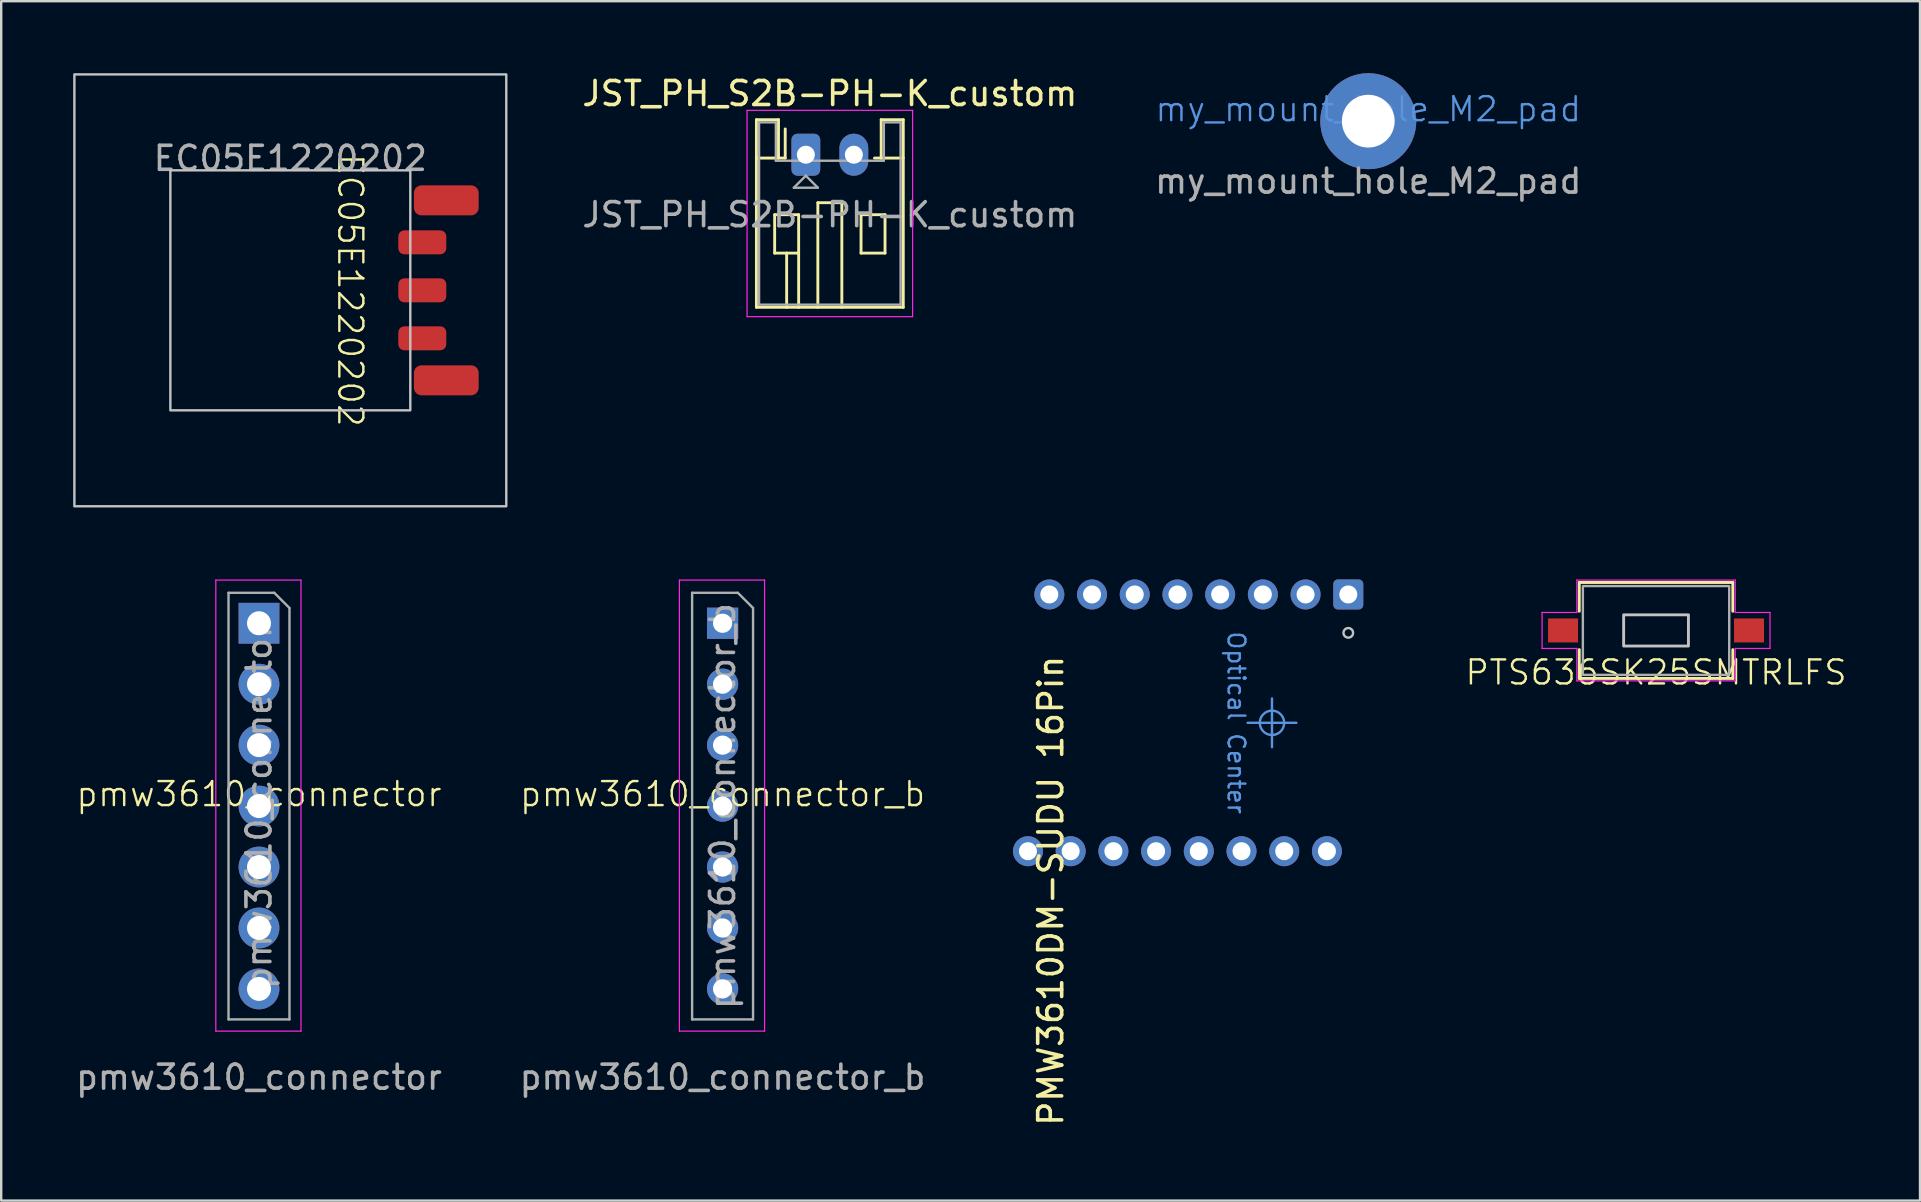
<source format=kicad_pcb>
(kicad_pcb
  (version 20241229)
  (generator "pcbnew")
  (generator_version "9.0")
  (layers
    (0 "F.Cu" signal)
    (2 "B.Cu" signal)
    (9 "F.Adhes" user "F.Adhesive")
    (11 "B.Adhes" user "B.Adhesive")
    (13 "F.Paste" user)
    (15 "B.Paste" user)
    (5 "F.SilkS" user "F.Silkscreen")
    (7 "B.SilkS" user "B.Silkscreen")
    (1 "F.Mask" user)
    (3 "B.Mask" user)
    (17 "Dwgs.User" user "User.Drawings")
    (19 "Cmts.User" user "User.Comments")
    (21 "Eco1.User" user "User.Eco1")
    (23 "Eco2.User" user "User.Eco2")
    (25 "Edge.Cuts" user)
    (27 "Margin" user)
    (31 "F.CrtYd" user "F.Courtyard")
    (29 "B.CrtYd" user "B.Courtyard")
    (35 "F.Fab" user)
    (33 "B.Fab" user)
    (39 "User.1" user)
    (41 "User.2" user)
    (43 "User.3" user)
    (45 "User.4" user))
  (footprint "JST_PH_S2B-PH-K_custom"
    (layer "F.Cu")
    (at 31.535 10.148)
    (property "Reference" "JST_PH_S2B-PH-K_custom" (at 0 -9.3 0) (layer "F.SilkS") (effects (font (size 1 1) (thickness 0.15))))
    (attr through_hole)
    (fp_line (start -3.06 -8.21) (end -3.06 -0.39) (stroke (width 0.12) (type solid)) (layer "F.SilkS"))
    (fp_line (start -3.06 -6.61) (end -2.14 -6.61) (stroke (width 0.12) (type solid)) (layer "F.SilkS"))
    (fp_line (start -3.06 -0.39) (end 3.06 -0.39) (stroke (width 0.12) (type solid)) (layer "F.SilkS"))
    (fp_line (start -2.3 -4.25) (end -2.3 -2.65) (stroke (width 0.12) (type solid)) (layer "F.SilkS"))
    (fp_line (start -2.3 -2.65) (end -1.3 -2.65) (stroke (width 0.12) (type solid)) (layer "F.SilkS"))
    (fp_line (start -2.14 -8.21) (end -3.06 -8.21) (stroke (width 0.12) (type solid)) (layer "F.SilkS"))
    (fp_line (start -2.14 -6.61) (end -2.14 -8.21) (stroke (width 0.12) (type solid)) (layer "F.SilkS"))
    (fp_line (start -1.86 -6.61) (end -2.14 -6.61) (stroke (width 0.12) (type solid)) (layer "F.SilkS"))
    (fp_line (start -1.86 -6.61) (end -1.86 -7.825) (stroke (width 0.12) (type solid)) (layer "F.SilkS"))
    (fp_line (start -1.8 -2.65) (end -1.8 -0.39) (stroke (width 0.12) (type solid)) (layer "F.SilkS"))
    (fp_line (start -1.3 -4.25) (end -2.3 -4.25) (stroke (width 0.12) (type solid)) (layer "F.SilkS"))
    (fp_line (start -1.3 -2.65) (end -1.3 -4.25) (stroke (width 0.12) (type solid)) (layer "F.SilkS"))
    (fp_line (start -1.3 -2.65) (end -1.3 -0.39) (stroke (width 0.12) (type solid)) (layer "F.SilkS"))
    (fp_line (start -0.5 -4.75) (end 0.5 -4.75) (stroke (width 0.12) (type solid)) (layer "F.SilkS"))
    (fp_line (start -0.5 -0.39) (end -0.5 -4.75) (stroke (width 0.12) (type solid)) (layer "F.SilkS"))
    (fp_line (start 0.5 -4.75) (end 0.5 -0.39) (stroke (width 0.12) (type solid)) (layer "F.SilkS"))
    (fp_line (start 1.3 -4.25) (end 2.3 -4.25) (stroke (width 0.12) (type solid)) (layer "F.SilkS"))
    (fp_line (start 1.3 -2.65) (end 1.3 -4.25) (stroke (width 0.12) (type solid)) (layer "F.SilkS"))
    (fp_line (start 2.14 -8.21) (end 2.14 -6.61) (stroke (width 0.12) (type solid)) (layer "F.SilkS"))
    (fp_line (start 2.14 -6.61) (end 1.86 -6.61) (stroke (width 0.12) (type solid)) (layer "F.SilkS"))
    (fp_line (start 2.3 -4.25) (end 2.3 -2.65) (stroke (width 0.12) (type solid)) (layer "F.SilkS"))
    (fp_line (start 2.3 -2.65) (end 1.3 -2.65) (stroke (width 0.12) (type solid)) (layer "F.SilkS"))
    (fp_line (start 3.06 -8.21) (end 2.14 -8.21) (stroke (width 0.12) (type solid)) (layer "F.SilkS"))
    (fp_line (start 3.06 -6.61) (end 2.14 -6.61) (stroke (width 0.12) (type solid)) (layer "F.SilkS"))
    (fp_line (start 3.06 -0.39) (end 3.06 -8.21) (stroke (width 0.12) (type solid)) (layer "F.SilkS"))
    (fp_line (start -3.45 -8.6) (end -3.45 0) (stroke (width 0.05) (type solid)) (layer "F.CrtYd"))
    (fp_line (start -3.45 0) (end 3.45 0) (stroke (width 0.05) (type solid)) (layer "F.CrtYd"))
    (fp_line (start 3.45 -8.6) (end -3.45 -8.6) (stroke (width 0.05) (type solid)) (layer "F.CrtYd"))
    (fp_line (start 3.45 0) (end 3.45 -8.6) (stroke (width 0.05) (type solid)) (layer "F.CrtYd"))
    (fp_line (start -2.95 -8.1) (end -2.95 -0.5) (stroke (width 0.1) (type solid)) (layer "F.Fab"))
    (fp_line (start -2.95 -0.5) (end 2.95 -0.5) (stroke (width 0.1) (type solid)) (layer "F.Fab"))
    (fp_line (start -2.25 -8.1) (end -2.95 -8.1) (stroke (width 0.1) (type solid)) (layer "F.Fab"))
    (fp_line (start -2.25 -6.5) (end -2.25 -8.1) (stroke (width 0.1) (type solid)) (layer "F.Fab"))
    (fp_line (start -1.5 -5.375) (end -0.5 -5.375) (stroke (width 0.1) (type solid)) (layer "F.Fab"))
    (fp_line (start -1 -5.875) (end -1.5 -5.375) (stroke (width 0.1) (type solid)) (layer "F.Fab"))
    (fp_line (start -0.5 -5.375) (end -1 -5.875) (stroke (width 0.1) (type solid)) (layer "F.Fab"))
    (fp_line (start 2.25 -8.1) (end 2.25 -6.5) (stroke (width 0.1) (type solid)) (layer "F.Fab"))
    (fp_line (start 2.25 -6.5) (end -2.25 -6.5) (stroke (width 0.1) (type solid)) (layer "F.Fab"))
    (fp_line (start 2.95 -8.1) (end 2.25 -8.1) (stroke (width 0.1) (type solid)) (layer "F.Fab"))
    (fp_line (start 2.95 -0.5) (end 2.95 -8.1) (stroke (width 0.1) (type solid)) (layer "F.Fab"))
    (fp_text user "${REFERENCE}" (at 0 -4.25 0) (layer "F.Fab") (effects (font (size 1 1) (thickness 0.15))))
    (pad "1" thru_hole oval (at 1 -6.75) (size 1.2 1.75) (drill 0.75) (layers "*.Cu" "*.Mask"))
    (pad "2" thru_hole roundrect (at -1 -6.75) (size 1.2 1.75) (drill 0.75) (layers "*.Cu" "*.Mask") (roundrect_rratio 0.208)))
  (footprint "pmw3610_connector"
    (layer "F.Cu")
    (at 7.744 30.545)
    (property "Reference" "pmw3610_connector" (at 0 -0.5 0) (unlocked yes) (layer "F.SilkS") (effects (font (size 1 1) (thickness 0.1))))
    (attr through_hole)
    (fp_line (start -1.8 -9.42) (end 1.75 -9.42) (stroke (width 0.05) (type solid)) (layer "F.CrtYd"))
    (fp_line (start -1.8 9.38) (end -1.8 -9.42) (stroke (width 0.05) (type solid)) (layer "F.CrtYd"))
    (fp_line (start 1.75 -9.42) (end 1.75 9.38) (stroke (width 0.05) (type solid)) (layer "F.CrtYd"))
    (fp_line (start 1.75 9.38) (end -1.8 9.38) (stroke (width 0.05) (type solid)) (layer "F.CrtYd"))
    (fp_line (start -1.27 -8.89) (end 0.635 -8.89) (stroke (width 0.1) (type solid)) (layer "F.Fab"))
    (fp_line (start -1.27 8.89) (end -1.27 -8.89) (stroke (width 0.1) (type solid)) (layer "F.Fab"))
    (fp_line (start 0.635 -8.89) (end 1.27 -8.255) (stroke (width 0.1) (type solid)) (layer "F.Fab"))
    (fp_line (start 1.27 -8.255) (end 1.27 8.89) (stroke (width 0.1) (type solid)) (layer "F.Fab"))
    (fp_line (start 1.27 8.89) (end -1.27 8.89) (stroke (width 0.1) (type solid)) (layer "F.Fab"))
    (fp_text user "${REFERENCE}" (at 0 11.3 0) (unlocked yes) (layer "F.Fab") (effects (font (size 1 1) (thickness 0.15))))
    (fp_text user "${REFERENCE}" (at 0 0 90) (layer "F.Fab") (effects (font (size 1 1) (thickness 0.15))))
    (pad "1" thru_hole rect (at 0 -7.62) (size 1.7 1.7) (drill 1) (layers "*.Cu" "*.Mask"))
    (pad "2" thru_hole oval (at 0 -5.08) (size 1.7 1.7) (drill 1) (layers "*.Cu" "*.Mask"))
    (pad "3" thru_hole oval (at 0 -2.54) (size 1.7 1.7) (drill 1) (layers "*.Cu" "*.Mask"))
    (pad "4" thru_hole oval (at 0 0) (size 1.7 1.7) (drill 1) (layers "*.Cu" "*.Mask"))
    (pad "5" thru_hole oval (at 0 2.54) (size 1.7 1.7) (drill 1) (layers "*.Cu" "*.Mask"))
    (pad "6" thru_hole oval (at 0 5.08) (size 1.7 1.7) (drill 1) (layers "*.Cu" "*.Mask"))
    (pad "7" thru_hole oval (at 0 7.62) (size 1.7 1.7) (drill 1) (layers "*.Cu" "*.Mask")))
  (footprint "my_mount_hole_M2_pad"
    (layer "F.Cu")
    (at 53.975 2)
    (property "Reference" "my_mount_hole_M2_pad" (at 0 -0.5 0) (unlocked yes) (layer "Cmts.User") (effects (font (size 1 1) (thickness 0.1))))
    (attr smd)
    (fp_text user "${REFERENCE}" (at 0 2.5 0) (unlocked yes) (layer "F.Fab") (effects (font (size 1 1) (thickness 0.15))))
    (pad "1" thru_hole circle (at 0 0) (size 4 4) (drill 2.2) (layers "*.Cu" "*.Mask")))
  (footprint "pmw3610_connector_b"
    (layer "F.Cu")
    (at 27.065 30.545)
    (property "Reference" "pmw3610_connector_b" (at 0 -0.5 0) (unlocked yes) (layer "F.SilkS") (effects (font (size 1 1) (thickness 0.1))))
    (attr through_hole)
    (fp_line (start -1.8 -9.42) (end 1.75 -9.42) (stroke (width 0.05) (type solid)) (layer "F.CrtYd"))
    (fp_line (start -1.8 9.38) (end -1.8 -9.42) (stroke (width 0.05) (type solid)) (layer "F.CrtYd"))
    (fp_line (start 1.75 -9.42) (end 1.75 9.38) (stroke (width 0.05) (type solid)) (layer "F.CrtYd"))
    (fp_line (start 1.75 9.38) (end -1.8 9.38) (stroke (width 0.05) (type solid)) (layer "F.CrtYd"))
    (fp_line (start -1.27 -8.89) (end 0.635 -8.89) (stroke (width 0.1) (type solid)) (layer "F.Fab"))
    (fp_line (start -1.27 8.89) (end -1.27 -8.89) (stroke (width 0.1) (type solid)) (layer "F.Fab"))
    (fp_line (start 0.635 -8.89) (end 1.27 -8.255) (stroke (width 0.1) (type solid)) (layer "F.Fab"))
    (fp_line (start 1.27 -8.255) (end 1.27 8.89) (stroke (width 0.1) (type solid)) (layer "F.Fab"))
    (fp_line (start 1.27 8.89) (end -1.27 8.89) (stroke (width 0.1) (type solid)) (layer "F.Fab"))
    (fp_text user "${REFERENCE}" (at 0 0 270) (layer "F.Fab") (effects (font (size 1 1) (thickness 0.15))))
    (fp_text user "${REFERENCE}" (at 0 11.3 0) (unlocked yes) (layer "F.Fab") (effects (font (size 1 1) (thickness 0.15))))
    (pad "1" thru_hole rect (at 0 -7.62) (size 1.3 1.3) (drill 0.8) (layers "*.Cu" "*.Mask"))
    (pad "2" thru_hole oval (at 0 -5.08) (size 1.3 1.3) (drill 0.8) (layers "*.Cu" "*.Mask"))
    (pad "3" thru_hole oval (at 0 -2.54) (size 1.3 1.3) (drill 0.8) (layers "*.Cu" "*.Mask"))
    (pad "4" thru_hole oval (at 0 0) (size 1.3 1.3) (drill 0.8) (layers "*.Cu" "*.Mask"))
    (pad "5" thru_hole oval (at 0 2.54) (size 1.3 1.3) (drill 0.8) (layers "*.Cu" "*.Mask"))
    (pad "6" thru_hole oval (at 0 5.08) (size 1.3 1.3) (drill 0.8) (layers "*.Cu" "*.Mask"))
    (pad "7" thru_hole oval (at 0 7.62) (size 1.3 1.3) (drill 0.8) (layers "*.Cu" "*.Mask")))
  (footprint "PTS636SK25SMTRLFS"
    (layer "F.Cu")
    (at 65.968 23.225)
    (property "Reference" "PTS636SK25SMTRLFS" (at 0 1.75 0) (unlocked yes) (layer "F.SilkS") (effects (font (size 1 1) (thickness 0.1))))
    (attr smd)
    (fp_line (start -3.2 -2) (end -3.2 -0.8) (stroke (width 0.12) (type solid)) (layer "F.SilkS"))
    (fp_line (start -3.2 0.8) (end -3.2 2) (stroke (width 0.12) (type solid)) (layer "F.SilkS"))
    (fp_line (start -3.2 2) (end 3.2 2) (stroke (width 0.12) (type solid)) (layer "F.SilkS"))
    (fp_line (start 3.2 -2) (end -3.2 -2) (stroke (width 0.12) (type solid)) (layer "F.SilkS"))
    (fp_line (start 3.2 -0.8) (end 3.2 -2) (stroke (width 0.12) (type solid)) (layer "F.SilkS"))
    (fp_line (start 3.2 2) (end 3.2 0.8) (stroke (width 0.12) (type solid)) (layer "F.SilkS"))
    (fp_rect (start -1.35 -0.65) (end 1.35 0.65) (stroke (width 0.12) (type solid)) (fill no) (layer "Dwgs.User"))
    (fp_line (start -4.75 -0.75) (end -3.3 -0.75) (stroke (width 0.05) (type solid)) (layer "F.CrtYd"))
    (fp_line (start -4.75 0.75) (end -4.75 -0.75) (stroke (width 0.05) (type solid)) (layer "F.CrtYd"))
    (fp_line (start -3.3 -2.1) (end 3.3 -2.1) (stroke (width 0.05) (type solid)) (layer "F.CrtYd"))
    (fp_line (start -3.3 -0.75) (end -3.3 -2.1) (stroke (width 0.05) (type solid)) (layer "F.CrtYd"))
    (fp_line (start -3.3 0.75) (end -4.75 0.75) (stroke (width 0.05) (type solid)) (layer "F.CrtYd"))
    (fp_line (start -3.3 2.1) (end -3.3 0.75) (stroke (width 0.05) (type solid)) (layer "F.CrtYd"))
    (fp_line (start 3.3 -2.1) (end 3.3 -0.75) (stroke (width 0.05) (type solid)) (layer "F.CrtYd"))
    (fp_line (start 3.3 -0.75) (end 4.75 -0.75) (stroke (width 0.05) (type solid)) (layer "F.CrtYd"))
    (fp_line (start 3.3 0.75) (end 3.3 2.1) (stroke (width 0.05) (type solid)) (layer "F.CrtYd"))
    (fp_line (start 3.3 2.1) (end -3.3 2.1) (stroke (width 0.05) (type solid)) (layer "F.CrtYd"))
    (fp_line (start 4.75 -0.75) (end 4.75 0.75) (stroke (width 0.05) (type solid)) (layer "F.CrtYd"))
    (fp_line (start 4.75 0.75) (end 3.3 0.75) (stroke (width 0.05) (type solid)) (layer "F.CrtYd"))
    (fp_rect (start -3.05 -1.85) (end 3.05 1.85) (stroke (width 0.1) (type solid)) (fill no) (layer "F.Fab"))
    (pad "1" smd rect (at -3.875 0) (size 1.25 1) (layers "F.Cu" "F.Mask" "F.Paste"))
    (pad "2" smd rect (at 3.875 0) (size 1.25 1) (layers "F.Cu" "F.Mask" "F.Paste")))
  (footprint "PMW3610DM-SUDU 16Pin"
    (layer "F.Cu")
    (at 46.974 27.075)
    (property "Reference" "PMW3610DM-SUDU 16Pin" (at -6.232 7 270) (layer "F.SilkS") (effects (font (size 1 1) (thickness 0.15))))
    (attr through_hole)
    (fp_circle (center 6.168 -3.75) (end 6.368 -3.75) (stroke (width 0.1) (type solid)) (fill no) (layer "Dwgs.User"))
    (fp_line (start 2.988 1.016) (end 2.988 -1.016) (stroke (width 0.1) (type solid)) (layer "Cmts.User"))
    (fp_line (start 4.004 0) (end 1.972 0) (stroke (width 0.1) (type solid)) (layer "Cmts.User"))
    (fp_circle (center 2.988 0) (end 2.48 0) (stroke (width 0.1) (type solid)) (fill no) (layer "Cmts.User"))
    (fp_text user "Optical Center" (at 1.5 0 270) (unlocked yes) (layer "Cmts.User") (effects (font (size 0.7 0.7) (thickness 0.1))))
    (pad "1" thru_hole roundrect (at 6.168 -5.35 180) (size 1.25 1.25) (drill 0.75) (layers "*.Cu" "*.Mask") (roundrect_rratio 0.15))
    (pad "2" thru_hole oval (at 4.388 -5.35 180) (size 1.25 1.25) (drill 0.75) (layers "*.Cu" "*.Mask"))
    (pad "3" thru_hole oval (at 2.608 -5.35 180) (size 1.25 1.25) (drill 0.75) (layers "*.Cu" "*.Mask"))
    (pad "4" thru_hole oval (at 0.828 -5.35 180) (size 1.25 1.25) (drill 0.75) (layers "*.Cu" "*.Mask"))
    (pad "5" thru_hole oval (at -0.952 -5.35 180) (size 1.25 1.25) (drill 0.75) (layers "*.Cu" "*.Mask"))
    (pad "6" thru_hole oval (at -2.732 -5.35 180) (size 1.25 1.25) (drill 0.75) (layers "*.Cu" "*.Mask"))
    (pad "7" thru_hole oval (at -4.512 -5.35 180) (size 1.25 1.25) (drill 0.75) (layers "*.Cu" "*.Mask"))
    (pad "8" thru_hole oval (at -6.292 -5.35 180) (size 1.25 1.25) (drill 0.75) (layers "*.Cu" "*.Mask"))
    (pad "9" thru_hole oval (at -7.182 5.35 180) (size 1.25 1.25) (drill 0.75) (layers "*.Cu" "*.Mask"))
    (pad "10" thru_hole oval (at -5.402 5.35 180) (size 1.25 1.25) (drill 0.75) (layers "*.Cu" "*.Mask"))
    (pad "11" thru_hole oval (at -3.622 5.35 180) (size 1.25 1.25) (drill 0.75) (layers "*.Cu" "*.Mask"))
    (pad "12" thru_hole oval (at -1.842 5.35 180) (size 1.25 1.25) (drill 0.75) (layers "*.Cu" "*.Mask"))
    (pad "13" thru_hole oval (at -0.062 5.35 180) (size 1.25 1.25) (drill 0.75) (layers "*.Cu" "*.Mask"))
    (pad "14" thru_hole oval (at 1.718 5.35 180) (size 1.25 1.25) (drill 0.75) (layers "*.Cu" "*.Mask"))
    (pad "15" thru_hole oval (at 3.498 5.35 180) (size 1.25 1.25) (drill 0.75) (layers "*.Cu" "*.Mask"))
    (pad "16" thru_hole oval (at 5.278 5.35 180) (size 1.25 1.25) (drill 0.75) (layers "*.Cu" "*.Mask"))
    (zone (net_name "") (layers "F.Cu" "B.Cu" "F.CrtYd") (hatch edge 0.508) (connect_pads) (min_thickness 0.254) (filled_areas_thickness no) (keepout (tracks not_allowed) (vias not_allowed) (pads not_allowed) (copperpour not_allowed) (footprints not_allowed)) (placement (enabled no)) (fill) (polygon (pts (xy 38.643 22.706) (xy 54.966 22.757) (xy 54.966 31.444) (xy 38.643 31.444)))))
  (footprint "EC05E1220202"
    (layer "F.Cu")
    (at 9.05 9.05)
    (property "Reference" "EC05E1220202" (at 2.5 0 270) (unlocked yes) (layer "F.SilkS") (effects (font (size 1 1) (thickness 0.1))))
    (attr smd)
    (fp_rect (start -9 -9) (end 9 9) (stroke (width 0.1) (type default)) (fill no) (layer "Dwgs.User"))
    (fp_rect (start -5 -5) (end 5 5) (stroke (width 0.1) (type default)) (fill no) (layer "Dwgs.User"))
    (fp_text user "${REFERENCE}" (at 0 -5.5 0) (unlocked yes) (layer "F.Fab") (effects (font (size 1 1) (thickness 0.15))))
    (pad "" smd roundrect (at 6.5 -3.75) (size 2.7 1.25) (layers "F.Cu" "F.Mask" "F.Paste") (roundrect_rratio 0.25))
    (pad "" smd roundrect (at 6.5 3.75) (size 2.7 1.25) (layers "F.Cu" "F.Mask" "F.Paste") (roundrect_rratio 0.25))
    (pad "A" smd roundrect (at 5.5 2) (size 2 1) (layers "F.Cu" "F.Mask" "F.Paste") (roundrect_rratio 0.25))
    (pad "B" smd roundrect (at 5.5 -2) (size 2 1) (layers "F.Cu" "F.Mask" "F.Paste") (roundrect_rratio 0.25))
    (pad "C" smd roundrect (at 5.5 0) (size 2 1) (layers "F.Cu" "F.Mask" "F.Paste") (roundrect_rratio 0.25)))
  (gr_rect
    (start -3 -3)
    (end 76.97 46.986)
    (stroke (width 0.1) (type default))
    (fill no)
    (layer "Edge.Cuts")))
</source>
